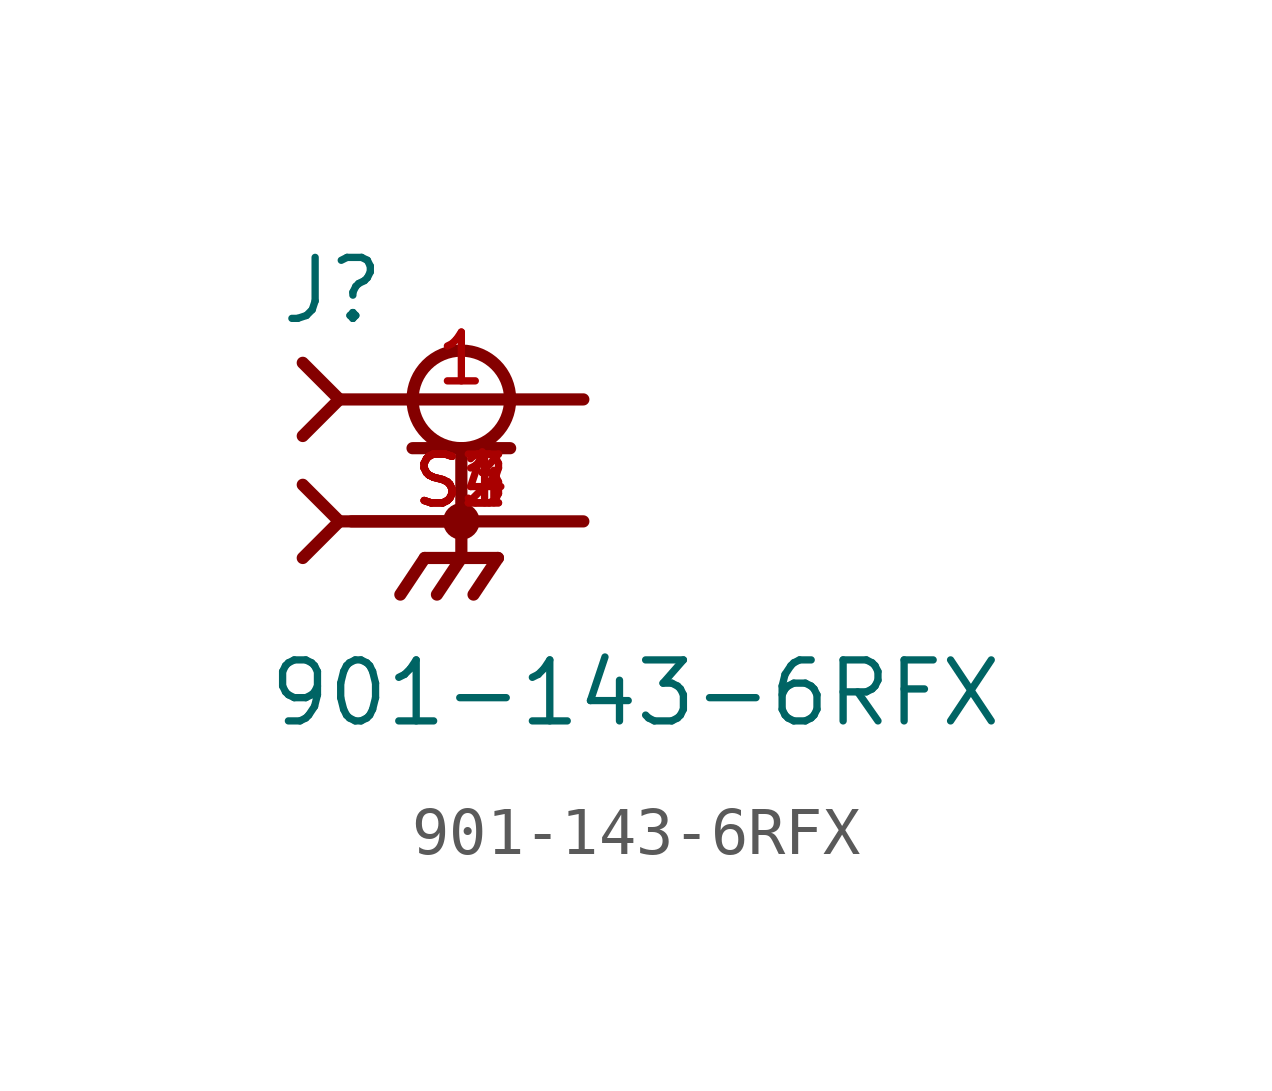
<source format=kicad_sym>
(kicad_symbol_lib
  (version 20211014)
  (generator kicad_symbol_editor)
  (symbol "901-143-6RFX"
    (pin_names
      (offset 1.016))
    (property "Reference" "J"
      (at -3.81 4.064 0)
      (effects (font (size 1.27 1.27)) (justify bottom left)))
    (property "Value" "901-143-6RFX"
      (at -4.064 -4.318 0)
      (effects (font (size 1.27 1.27)) (justify bottom left)))
    (symbol "901-143-6RFX_0_0"
      (circle (center 0.0 2.54) (radius 1.016) (stroke (width 0.254)) (fill (type none)))
      (polyline (pts (xy -1.016 1.524) (xy 0.0 1.524)) (stroke (width 0.254)))
      (polyline (pts (xy 0.0 1.524) (xy 1.016 1.524)) (stroke (width 0.254)))
      (polyline (pts (xy 0.0 0.0) (xy -2.286 0.0)) (stroke (width 0.254)))
      (polyline (pts (xy -3.302 3.302) (xy -2.54 2.54)) (stroke (width 0.254)))
      (polyline (pts (xy -3.302 1.778) (xy -2.54 2.54)) (stroke (width 0.254)))
      (polyline (pts (xy 0.0 1.524) (xy 0.0 0.0)) (stroke (width 0.254)))
      (circle (center 0.0 0.0) (radius 0.254) (stroke (width 0.254)) (fill (type none)))
      (polyline (pts (xy -2.54 2.54) (xy 2.54 2.54)) (stroke (width 0.254)))
      (polyline (pts (xy 2.54 0.0) (xy 0.0 0.0)) (stroke (width 0.254)))
      (polyline (pts (xy 0.0 0.0) (xy 0.0 -0.762)) (stroke (width 0.254)))
      (polyline (pts (xy 0.0 -0.762) (xy -0.762 -0.762)) (stroke (width 0.254)))
      (polyline (pts (xy 0.0 -0.762) (xy 0.762 -0.762)) (stroke (width 0.254)))
      (polyline (pts (xy -0.762 -0.762) (xy -1.27 -1.524)) (stroke (width 0.254)))
      (polyline (pts (xy 0.0 -0.762) (xy -0.508 -1.524)) (stroke (width 0.254)))
      (polyline (pts (xy 0.762 -0.762) (xy 0.254 -1.524)) (stroke (width 0.254)))
      (polyline (pts (xy -3.302 0.762) (xy -2.54 0.0)) (stroke (width 0.254)))
      (polyline (pts (xy -3.302 -0.762) (xy -2.54 0.0)) (stroke (width 0.254)))
      (polyline (pts (xy -2.54 0.0) (xy 0.0 0.0)) (stroke (width 0.254)))
      (pin passive line (at 2.54 2.54 180.0) (length 5.08) (name "~" (effects (font (size 1.016 1.016)))) (number "1" (effects (font (size 1.016 1.016)))))
      (pin passive line (at 2.54 0.0 180.0) (length 5.08) (name "~" (effects (font (size 1.016 1.016)))) (number "S1" (effects (font (size 1.016 1.016)))))
      (pin passive line (at 2.54 0.0 180.0) (length 5.08) (name "~" (effects (font (size 1.016 1.016)))) (number "S2" (effects (font (size 1.016 1.016)))))
      (pin passive line (at 2.54 0.0 180.0) (length 5.08) (name "~" (effects (font (size 1.016 1.016)))) (number "S3" (effects (font (size 1.016 1.016)))))
      (pin passive line (at 2.54 0.0 180.0) (length 5.08) (name "~" (effects (font (size 1.016 1.016)))) (number "S4" (effects (font (size 1.016 1.016))))))))
</source>
